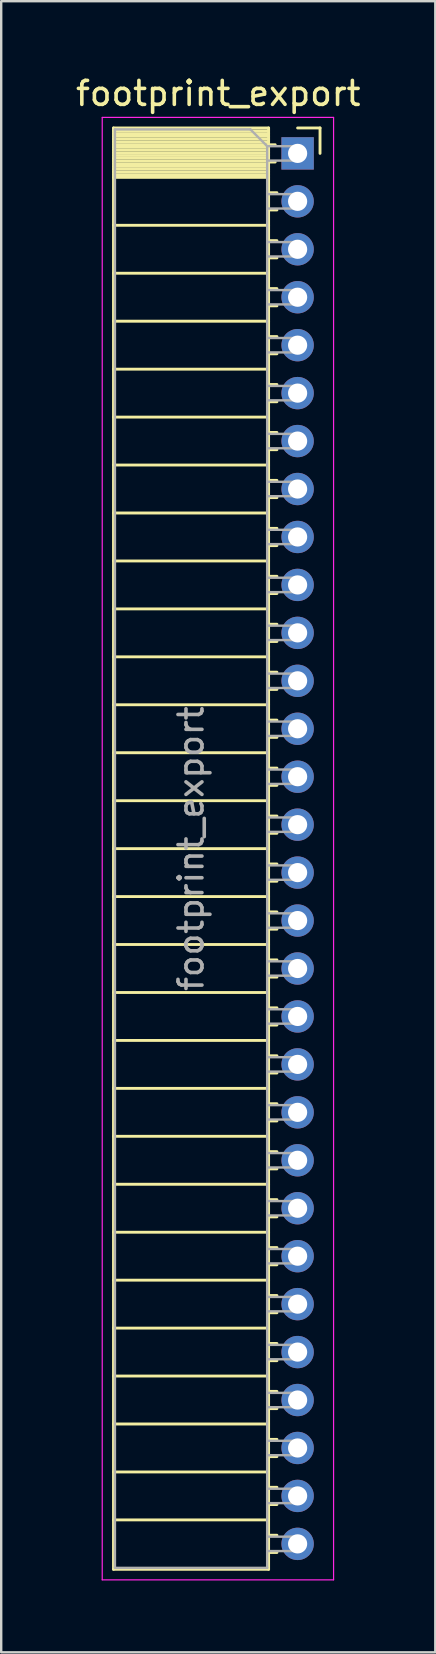
<source format=kicad_pcb>
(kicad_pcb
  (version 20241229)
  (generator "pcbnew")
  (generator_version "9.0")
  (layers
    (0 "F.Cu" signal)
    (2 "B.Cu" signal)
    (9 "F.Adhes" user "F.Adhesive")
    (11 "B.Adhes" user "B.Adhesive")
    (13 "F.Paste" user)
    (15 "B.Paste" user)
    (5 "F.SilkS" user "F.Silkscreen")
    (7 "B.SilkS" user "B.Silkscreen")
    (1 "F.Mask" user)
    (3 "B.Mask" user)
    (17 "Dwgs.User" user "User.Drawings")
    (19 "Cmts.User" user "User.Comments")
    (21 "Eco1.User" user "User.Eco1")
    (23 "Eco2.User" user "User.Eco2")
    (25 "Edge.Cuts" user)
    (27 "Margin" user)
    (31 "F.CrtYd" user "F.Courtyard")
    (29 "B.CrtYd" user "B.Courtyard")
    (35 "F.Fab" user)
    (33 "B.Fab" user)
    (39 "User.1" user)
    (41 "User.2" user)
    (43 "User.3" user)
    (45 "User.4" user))
  (footprint "footprint_export"
    (layer "F.Cu")
    (at 9.364 3.348)
    (property "Reference" "footprint_export" (at -3.31 -2.5 0) (layer "F.SilkS") (effects (font (size 1 1) (thickness 0.15))))
    (attr through_hole)
    (fp_line (start -7.68 -1.06) (end -7.68 59.06) (stroke (width 0.12) (type solid)) (layer "F.SilkS"))
    (fp_line (start -7.68 -1.06) (end -1.21 -1.06) (stroke (width 0.12) (type solid)) (layer "F.SilkS"))
    (fp_line (start -7.68 -0.94) (end -1.21 -0.94) (stroke (width 0.12) (type solid)) (layer "F.SilkS"))
    (fp_line (start -7.68 -0.826) (end -1.21 -0.826) (stroke (width 0.12) (type solid)) (layer "F.SilkS"))
    (fp_line (start -7.68 -0.712) (end -1.21 -0.712) (stroke (width 0.12) (type solid)) (layer "F.SilkS"))
    (fp_line (start -7.68 -0.598) (end -1.21 -0.598) (stroke (width 0.12) (type solid)) (layer "F.SilkS"))
    (fp_line (start -7.68 -0.484) (end -1.21 -0.484) (stroke (width 0.12) (type solid)) (layer "F.SilkS"))
    (fp_line (start -7.68 -0.369) (end -1.21 -0.369) (stroke (width 0.12) (type solid)) (layer "F.SilkS"))
    (fp_line (start -7.68 -0.255) (end -1.21 -0.255) (stroke (width 0.12) (type solid)) (layer "F.SilkS"))
    (fp_line (start -7.68 -0.141) (end -1.21 -0.141) (stroke (width 0.12) (type solid)) (layer "F.SilkS"))
    (fp_line (start -7.68 -0.027) (end -1.21 -0.027) (stroke (width 0.12) (type solid)) (layer "F.SilkS"))
    (fp_line (start -7.68 0.087) (end -1.21 0.087) (stroke (width 0.12) (type solid)) (layer "F.SilkS"))
    (fp_line (start -7.68 0.201) (end -1.21 0.201) (stroke (width 0.12) (type solid)) (layer "F.SilkS"))
    (fp_line (start -7.68 0.315) (end -1.21 0.315) (stroke (width 0.12) (type solid)) (layer "F.SilkS"))
    (fp_line (start -7.68 0.429) (end -1.21 0.429) (stroke (width 0.12) (type solid)) (layer "F.SilkS"))
    (fp_line (start -7.68 0.544) (end -1.21 0.544) (stroke (width 0.12) (type solid)) (layer "F.SilkS"))
    (fp_line (start -7.68 0.658) (end -1.21 0.658) (stroke (width 0.12) (type solid)) (layer "F.SilkS"))
    (fp_line (start -7.68 0.772) (end -1.21 0.772) (stroke (width 0.12) (type solid)) (layer "F.SilkS"))
    (fp_line (start -7.68 0.886) (end -1.21 0.886) (stroke (width 0.12) (type solid)) (layer "F.SilkS"))
    (fp_line (start -7.68 1) (end -1.21 1) (stroke (width 0.12) (type solid)) (layer "F.SilkS"))
    (fp_line (start -7.68 3) (end -1.21 3) (stroke (width 0.12) (type solid)) (layer "F.SilkS"))
    (fp_line (start -7.68 5) (end -1.21 5) (stroke (width 0.12) (type solid)) (layer "F.SilkS"))
    (fp_line (start -7.68 7) (end -1.21 7) (stroke (width 0.12) (type solid)) (layer "F.SilkS"))
    (fp_line (start -7.68 9) (end -1.21 9) (stroke (width 0.12) (type solid)) (layer "F.SilkS"))
    (fp_line (start -7.68 11) (end -1.21 11) (stroke (width 0.12) (type solid)) (layer "F.SilkS"))
    (fp_line (start -7.68 13) (end -1.21 13) (stroke (width 0.12) (type solid)) (layer "F.SilkS"))
    (fp_line (start -7.68 15) (end -1.21 15) (stroke (width 0.12) (type solid)) (layer "F.SilkS"))
    (fp_line (start -7.68 17) (end -1.21 17) (stroke (width 0.12) (type solid)) (layer "F.SilkS"))
    (fp_line (start -7.68 19) (end -1.21 19) (stroke (width 0.12) (type solid)) (layer "F.SilkS"))
    (fp_line (start -7.68 21) (end -1.21 21) (stroke (width 0.12) (type solid)) (layer "F.SilkS"))
    (fp_line (start -7.68 23) (end -1.21 23) (stroke (width 0.12) (type solid)) (layer "F.SilkS"))
    (fp_line (start -7.68 25) (end -1.21 25) (stroke (width 0.12) (type solid)) (layer "F.SilkS"))
    (fp_line (start -7.68 27) (end -1.21 27) (stroke (width 0.12) (type solid)) (layer "F.SilkS"))
    (fp_line (start -7.68 29) (end -1.21 29) (stroke (width 0.12) (type solid)) (layer "F.SilkS"))
    (fp_line (start -7.68 31) (end -1.21 31) (stroke (width 0.12) (type solid)) (layer "F.SilkS"))
    (fp_line (start -7.68 33) (end -1.21 33) (stroke (width 0.12) (type solid)) (layer "F.SilkS"))
    (fp_line (start -7.68 35) (end -1.21 35) (stroke (width 0.12) (type solid)) (layer "F.SilkS"))
    (fp_line (start -7.68 37) (end -1.21 37) (stroke (width 0.12) (type solid)) (layer "F.SilkS"))
    (fp_line (start -7.68 39) (end -1.21 39) (stroke (width 0.12) (type solid)) (layer "F.SilkS"))
    (fp_line (start -7.68 41) (end -1.21 41) (stroke (width 0.12) (type solid)) (layer "F.SilkS"))
    (fp_line (start -7.68 43) (end -1.21 43) (stroke (width 0.12) (type solid)) (layer "F.SilkS"))
    (fp_line (start -7.68 45) (end -1.21 45) (stroke (width 0.12) (type solid)) (layer "F.SilkS"))
    (fp_line (start -7.68 47) (end -1.21 47) (stroke (width 0.12) (type solid)) (layer "F.SilkS"))
    (fp_line (start -7.68 49) (end -1.21 49) (stroke (width 0.12) (type solid)) (layer "F.SilkS"))
    (fp_line (start -7.68 51) (end -1.21 51) (stroke (width 0.12) (type solid)) (layer "F.SilkS"))
    (fp_line (start -7.68 53) (end -1.21 53) (stroke (width 0.12) (type solid)) (layer "F.SilkS"))
    (fp_line (start -7.68 55) (end -1.21 55) (stroke (width 0.12) (type solid)) (layer "F.SilkS"))
    (fp_line (start -7.68 57) (end -1.21 57) (stroke (width 0.12) (type solid)) (layer "F.SilkS"))
    (fp_line (start -7.68 59.06) (end -1.21 59.06) (stroke (width 0.12) (type solid)) (layer "F.SilkS"))
    (fp_line (start -1.21 -1.06) (end -1.21 59.06) (stroke (width 0.12) (type solid)) (layer "F.SilkS"))
    (fp_line (start -1.21 -0.36) (end -0.935 -0.36) (stroke (width 0.12) (type solid)) (layer "F.SilkS"))
    (fp_line (start -1.21 0.36) (end -0.935 0.36) (stroke (width 0.12) (type solid)) (layer "F.SilkS"))
    (fp_line (start -1.21 1.64) (end -0.863 1.64) (stroke (width 0.12) (type solid)) (layer "F.SilkS"))
    (fp_line (start -1.21 2.36) (end -0.863 2.36) (stroke (width 0.12) (type solid)) (layer "F.SilkS"))
    (fp_line (start -1.21 3.64) (end -0.863 3.64) (stroke (width 0.12) (type solid)) (layer "F.SilkS"))
    (fp_line (start -1.21 4.36) (end -0.863 4.36) (stroke (width 0.12) (type solid)) (layer "F.SilkS"))
    (fp_line (start -1.21 5.64) (end -0.863 5.64) (stroke (width 0.12) (type solid)) (layer "F.SilkS"))
    (fp_line (start -1.21 6.36) (end -0.863 6.36) (stroke (width 0.12) (type solid)) (layer "F.SilkS"))
    (fp_line (start -1.21 7.64) (end -0.863 7.64) (stroke (width 0.12) (type solid)) (layer "F.SilkS"))
    (fp_line (start -1.21 8.36) (end -0.863 8.36) (stroke (width 0.12) (type solid)) (layer "F.SilkS"))
    (fp_line (start -1.21 9.64) (end -0.863 9.64) (stroke (width 0.12) (type solid)) (layer "F.SilkS"))
    (fp_line (start -1.21 10.36) (end -0.863 10.36) (stroke (width 0.12) (type solid)) (layer "F.SilkS"))
    (fp_line (start -1.21 11.64) (end -0.863 11.64) (stroke (width 0.12) (type solid)) (layer "F.SilkS"))
    (fp_line (start -1.21 12.36) (end -0.863 12.36) (stroke (width 0.12) (type solid)) (layer "F.SilkS"))
    (fp_line (start -1.21 13.64) (end -0.863 13.64) (stroke (width 0.12) (type solid)) (layer "F.SilkS"))
    (fp_line (start -1.21 14.36) (end -0.863 14.36) (stroke (width 0.12) (type solid)) (layer "F.SilkS"))
    (fp_line (start -1.21 15.64) (end -0.863 15.64) (stroke (width 0.12) (type solid)) (layer "F.SilkS"))
    (fp_line (start -1.21 16.36) (end -0.863 16.36) (stroke (width 0.12) (type solid)) (layer "F.SilkS"))
    (fp_line (start -1.21 17.64) (end -0.863 17.64) (stroke (width 0.12) (type solid)) (layer "F.SilkS"))
    (fp_line (start -1.21 18.36) (end -0.863 18.36) (stroke (width 0.12) (type solid)) (layer "F.SilkS"))
    (fp_line (start -1.21 19.64) (end -0.863 19.64) (stroke (width 0.12) (type solid)) (layer "F.SilkS"))
    (fp_line (start -1.21 20.36) (end -0.863 20.36) (stroke (width 0.12) (type solid)) (layer "F.SilkS"))
    (fp_line (start -1.21 21.64) (end -0.863 21.64) (stroke (width 0.12) (type solid)) (layer "F.SilkS"))
    (fp_line (start -1.21 22.36) (end -0.863 22.36) (stroke (width 0.12) (type solid)) (layer "F.SilkS"))
    (fp_line (start -1.21 23.64) (end -0.863 23.64) (stroke (width 0.12) (type solid)) (layer "F.SilkS"))
    (fp_line (start -1.21 24.36) (end -0.863 24.36) (stroke (width 0.12) (type solid)) (layer "F.SilkS"))
    (fp_line (start -1.21 25.64) (end -0.863 25.64) (stroke (width 0.12) (type solid)) (layer "F.SilkS"))
    (fp_line (start -1.21 26.36) (end -0.863 26.36) (stroke (width 0.12) (type solid)) (layer "F.SilkS"))
    (fp_line (start -1.21 27.64) (end -0.863 27.64) (stroke (width 0.12) (type solid)) (layer "F.SilkS"))
    (fp_line (start -1.21 28.36) (end -0.863 28.36) (stroke (width 0.12) (type solid)) (layer "F.SilkS"))
    (fp_line (start -1.21 29.64) (end -0.863 29.64) (stroke (width 0.12) (type solid)) (layer "F.SilkS"))
    (fp_line (start -1.21 30.36) (end -0.863 30.36) (stroke (width 0.12) (type solid)) (layer "F.SilkS"))
    (fp_line (start -1.21 31.64) (end -0.863 31.64) (stroke (width 0.12) (type solid)) (layer "F.SilkS"))
    (fp_line (start -1.21 32.36) (end -0.863 32.36) (stroke (width 0.12) (type solid)) (layer "F.SilkS"))
    (fp_line (start -1.21 33.64) (end -0.863 33.64) (stroke (width 0.12) (type solid)) (layer "F.SilkS"))
    (fp_line (start -1.21 34.36) (end -0.863 34.36) (stroke (width 0.12) (type solid)) (layer "F.SilkS"))
    (fp_line (start -1.21 35.64) (end -0.863 35.64) (stroke (width 0.12) (type solid)) (layer "F.SilkS"))
    (fp_line (start -1.21 36.36) (end -0.863 36.36) (stroke (width 0.12) (type solid)) (layer "F.SilkS"))
    (fp_line (start -1.21 37.64) (end -0.863 37.64) (stroke (width 0.12) (type solid)) (layer "F.SilkS"))
    (fp_line (start -1.21 38.36) (end -0.863 38.36) (stroke (width 0.12) (type solid)) (layer "F.SilkS"))
    (fp_line (start -1.21 39.64) (end -0.863 39.64) (stroke (width 0.12) (type solid)) (layer "F.SilkS"))
    (fp_line (start -1.21 40.36) (end -0.863 40.36) (stroke (width 0.12) (type solid)) (layer "F.SilkS"))
    (fp_line (start -1.21 41.64) (end -0.863 41.64) (stroke (width 0.12) (type solid)) (layer "F.SilkS"))
    (fp_line (start -1.21 42.36) (end -0.863 42.36) (stroke (width 0.12) (type solid)) (layer "F.SilkS"))
    (fp_line (start -1.21 43.64) (end -0.863 43.64) (stroke (width 0.12) (type solid)) (layer "F.SilkS"))
    (fp_line (start -1.21 44.36) (end -0.863 44.36) (stroke (width 0.12) (type solid)) (layer "F.SilkS"))
    (fp_line (start -1.21 45.64) (end -0.863 45.64) (stroke (width 0.12) (type solid)) (layer "F.SilkS"))
    (fp_line (start -1.21 46.36) (end -0.863 46.36) (stroke (width 0.12) (type solid)) (layer "F.SilkS"))
    (fp_line (start -1.21 47.64) (end -0.863 47.64) (stroke (width 0.12) (type solid)) (layer "F.SilkS"))
    (fp_line (start -1.21 48.36) (end -0.863 48.36) (stroke (width 0.12) (type solid)) (layer "F.SilkS"))
    (fp_line (start -1.21 49.64) (end -0.863 49.64) (stroke (width 0.12) (type solid)) (layer "F.SilkS"))
    (fp_line (start -1.21 50.36) (end -0.863 50.36) (stroke (width 0.12) (type solid)) (layer "F.SilkS"))
    (fp_line (start -1.21 51.64) (end -0.863 51.64) (stroke (width 0.12) (type solid)) (layer "F.SilkS"))
    (fp_line (start -1.21 52.36) (end -0.863 52.36) (stroke (width 0.12) (type solid)) (layer "F.SilkS"))
    (fp_line (start -1.21 53.64) (end -0.863 53.64) (stroke (width 0.12) (type solid)) (layer "F.SilkS"))
    (fp_line (start -1.21 54.36) (end -0.863 54.36) (stroke (width 0.12) (type solid)) (layer "F.SilkS"))
    (fp_line (start -1.21 55.64) (end -0.863 55.64) (stroke (width 0.12) (type solid)) (layer "F.SilkS"))
    (fp_line (start -1.21 56.36) (end -0.863 56.36) (stroke (width 0.12) (type solid)) (layer "F.SilkS"))
    (fp_line (start -1.21 57.64) (end -0.863 57.64) (stroke (width 0.12) (type solid)) (layer "F.SilkS"))
    (fp_line (start -1.21 58.36) (end -0.863 58.36) (stroke (width 0.12) (type solid)) (layer "F.SilkS"))
    (fp_line (start 0 -1.06) (end 0.935 -1.06) (stroke (width 0.12) (type solid)) (layer "F.SilkS"))
    (fp_line (start 0.935 -1.06) (end 0.935 0) (stroke (width 0.12) (type solid)) (layer "F.SilkS"))
    (fp_line (start -8.15 -1.5) (end -8.15 59.5) (stroke (width 0.05) (type solid)) (layer "F.CrtYd"))
    (fp_line (start -8.15 59.5) (end 1.5 59.5) (stroke (width 0.05) (type solid)) (layer "F.CrtYd"))
    (fp_line (start 1.5 -1.5) (end -8.15 -1.5) (stroke (width 0.05) (type solid)) (layer "F.CrtYd"))
    (fp_line (start 1.5 59.5) (end 1.5 -1.5) (stroke (width 0.05) (type solid)) (layer "F.CrtYd"))
    (fp_line (start -7.62 -1) (end -1.97 -1) (stroke (width 0.1) (type solid)) (layer "F.Fab"))
    (fp_line (start -7.62 59) (end -7.62 -1) (stroke (width 0.1) (type solid)) (layer "F.Fab"))
    (fp_line (start -1.97 -1) (end -1.27 -0.3) (stroke (width 0.1) (type solid)) (layer "F.Fab"))
    (fp_line (start -1.27 -0.3) (end -1.27 59) (stroke (width 0.1) (type solid)) (layer "F.Fab"))
    (fp_line (start -1.27 0.3) (end 0 0.3) (stroke (width 0.1) (type solid)) (layer "F.Fab"))
    (fp_line (start -1.27 2.3) (end 0 2.3) (stroke (width 0.1) (type solid)) (layer "F.Fab"))
    (fp_line (start -1.27 4.3) (end 0 4.3) (stroke (width 0.1) (type solid)) (layer "F.Fab"))
    (fp_line (start -1.27 6.3) (end 0 6.3) (stroke (width 0.1) (type solid)) (layer "F.Fab"))
    (fp_line (start -1.27 8.3) (end 0 8.3) (stroke (width 0.1) (type solid)) (layer "F.Fab"))
    (fp_line (start -1.27 10.3) (end 0 10.3) (stroke (width 0.1) (type solid)) (layer "F.Fab"))
    (fp_line (start -1.27 12.3) (end 0 12.3) (stroke (width 0.1) (type solid)) (layer "F.Fab"))
    (fp_line (start -1.27 14.3) (end 0 14.3) (stroke (width 0.1) (type solid)) (layer "F.Fab"))
    (fp_line (start -1.27 16.3) (end 0 16.3) (stroke (width 0.1) (type solid)) (layer "F.Fab"))
    (fp_line (start -1.27 18.3) (end 0 18.3) (stroke (width 0.1) (type solid)) (layer "F.Fab"))
    (fp_line (start -1.27 20.3) (end 0 20.3) (stroke (width 0.1) (type solid)) (layer "F.Fab"))
    (fp_line (start -1.27 22.3) (end 0 22.3) (stroke (width 0.1) (type solid)) (layer "F.Fab"))
    (fp_line (start -1.27 24.3) (end 0 24.3) (stroke (width 0.1) (type solid)) (layer "F.Fab"))
    (fp_line (start -1.27 26.3) (end 0 26.3) (stroke (width 0.1) (type solid)) (layer "F.Fab"))
    (fp_line (start -1.27 28.3) (end 0 28.3) (stroke (width 0.1) (type solid)) (layer "F.Fab"))
    (fp_line (start -1.27 30.3) (end 0 30.3) (stroke (width 0.1) (type solid)) (layer "F.Fab"))
    (fp_line (start -1.27 32.3) (end 0 32.3) (stroke (width 0.1) (type solid)) (layer "F.Fab"))
    (fp_line (start -1.27 34.3) (end 0 34.3) (stroke (width 0.1) (type solid)) (layer "F.Fab"))
    (fp_line (start -1.27 36.3) (end 0 36.3) (stroke (width 0.1) (type solid)) (layer "F.Fab"))
    (fp_line (start -1.27 38.3) (end 0 38.3) (stroke (width 0.1) (type solid)) (layer "F.Fab"))
    (fp_line (start -1.27 40.3) (end 0 40.3) (stroke (width 0.1) (type solid)) (layer "F.Fab"))
    (fp_line (start -1.27 42.3) (end 0 42.3) (stroke (width 0.1) (type solid)) (layer "F.Fab"))
    (fp_line (start -1.27 44.3) (end 0 44.3) (stroke (width 0.1) (type solid)) (layer "F.Fab"))
    (fp_line (start -1.27 46.3) (end 0 46.3) (stroke (width 0.1) (type solid)) (layer "F.Fab"))
    (fp_line (start -1.27 48.3) (end 0 48.3) (stroke (width 0.1) (type solid)) (layer "F.Fab"))
    (fp_line (start -1.27 50.3) (end 0 50.3) (stroke (width 0.1) (type solid)) (layer "F.Fab"))
    (fp_line (start -1.27 52.3) (end 0 52.3) (stroke (width 0.1) (type solid)) (layer "F.Fab"))
    (fp_line (start -1.27 54.3) (end 0 54.3) (stroke (width 0.1) (type solid)) (layer "F.Fab"))
    (fp_line (start -1.27 56.3) (end 0 56.3) (stroke (width 0.1) (type solid)) (layer "F.Fab"))
    (fp_line (start -1.27 58.3) (end 0 58.3) (stroke (width 0.1) (type solid)) (layer "F.Fab"))
    (fp_line (start -1.27 59) (end -7.62 59) (stroke (width 0.1) (type solid)) (layer "F.Fab"))
    (fp_line (start 0 -0.3) (end -1.27 -0.3) (stroke (width 0.1) (type solid)) (layer "F.Fab"))
    (fp_line (start 0 0.3) (end 0 -0.3) (stroke (width 0.1) (type solid)) (layer "F.Fab"))
    (fp_line (start 0 1.7) (end -1.27 1.7) (stroke (width 0.1) (type solid)) (layer "F.Fab"))
    (fp_line (start 0 2.3) (end 0 1.7) (stroke (width 0.1) (type solid)) (layer "F.Fab"))
    (fp_line (start 0 3.7) (end -1.27 3.7) (stroke (width 0.1) (type solid)) (layer "F.Fab"))
    (fp_line (start 0 4.3) (end 0 3.7) (stroke (width 0.1) (type solid)) (layer "F.Fab"))
    (fp_line (start 0 5.7) (end -1.27 5.7) (stroke (width 0.1) (type solid)) (layer "F.Fab"))
    (fp_line (start 0 6.3) (end 0 5.7) (stroke (width 0.1) (type solid)) (layer "F.Fab"))
    (fp_line (start 0 7.7) (end -1.27 7.7) (stroke (width 0.1) (type solid)) (layer "F.Fab"))
    (fp_line (start 0 8.3) (end 0 7.7) (stroke (width 0.1) (type solid)) (layer "F.Fab"))
    (fp_line (start 0 9.7) (end -1.27 9.7) (stroke (width 0.1) (type solid)) (layer "F.Fab"))
    (fp_line (start 0 10.3) (end 0 9.7) (stroke (width 0.1) (type solid)) (layer "F.Fab"))
    (fp_line (start 0 11.7) (end -1.27 11.7) (stroke (width 0.1) (type solid)) (layer "F.Fab"))
    (fp_line (start 0 12.3) (end 0 11.7) (stroke (width 0.1) (type solid)) (layer "F.Fab"))
    (fp_line (start 0 13.7) (end -1.27 13.7) (stroke (width 0.1) (type solid)) (layer "F.Fab"))
    (fp_line (start 0 14.3) (end 0 13.7) (stroke (width 0.1) (type solid)) (layer "F.Fab"))
    (fp_line (start 0 15.7) (end -1.27 15.7) (stroke (width 0.1) (type solid)) (layer "F.Fab"))
    (fp_line (start 0 16.3) (end 0 15.7) (stroke (width 0.1) (type solid)) (layer "F.Fab"))
    (fp_line (start 0 17.7) (end -1.27 17.7) (stroke (width 0.1) (type solid)) (layer "F.Fab"))
    (fp_line (start 0 18.3) (end 0 17.7) (stroke (width 0.1) (type solid)) (layer "F.Fab"))
    (fp_line (start 0 19.7) (end -1.27 19.7) (stroke (width 0.1) (type solid)) (layer "F.Fab"))
    (fp_line (start 0 20.3) (end 0 19.7) (stroke (width 0.1) (type solid)) (layer "F.Fab"))
    (fp_line (start 0 21.7) (end -1.27 21.7) (stroke (width 0.1) (type solid)) (layer "F.Fab"))
    (fp_line (start 0 22.3) (end 0 21.7) (stroke (width 0.1) (type solid)) (layer "F.Fab"))
    (fp_line (start 0 23.7) (end -1.27 23.7) (stroke (width 0.1) (type solid)) (layer "F.Fab"))
    (fp_line (start 0 24.3) (end 0 23.7) (stroke (width 0.1) (type solid)) (layer "F.Fab"))
    (fp_line (start 0 25.7) (end -1.27 25.7) (stroke (width 0.1) (type solid)) (layer "F.Fab"))
    (fp_line (start 0 26.3) (end 0 25.7) (stroke (width 0.1) (type solid)) (layer "F.Fab"))
    (fp_line (start 0 27.7) (end -1.27 27.7) (stroke (width 0.1) (type solid)) (layer "F.Fab"))
    (fp_line (start 0 28.3) (end 0 27.7) (stroke (width 0.1) (type solid)) (layer "F.Fab"))
    (fp_line (start 0 29.7) (end -1.27 29.7) (stroke (width 0.1) (type solid)) (layer "F.Fab"))
    (fp_line (start 0 30.3) (end 0 29.7) (stroke (width 0.1) (type solid)) (layer "F.Fab"))
    (fp_line (start 0 31.7) (end -1.27 31.7) (stroke (width 0.1) (type solid)) (layer "F.Fab"))
    (fp_line (start 0 32.3) (end 0 31.7) (stroke (width 0.1) (type solid)) (layer "F.Fab"))
    (fp_line (start 0 33.7) (end -1.27 33.7) (stroke (width 0.1) (type solid)) (layer "F.Fab"))
    (fp_line (start 0 34.3) (end 0 33.7) (stroke (width 0.1) (type solid)) (layer "F.Fab"))
    (fp_line (start 0 35.7) (end -1.27 35.7) (stroke (width 0.1) (type solid)) (layer "F.Fab"))
    (fp_line (start 0 36.3) (end 0 35.7) (stroke (width 0.1) (type solid)) (layer "F.Fab"))
    (fp_line (start 0 37.7) (end -1.27 37.7) (stroke (width 0.1) (type solid)) (layer "F.Fab"))
    (fp_line (start 0 38.3) (end 0 37.7) (stroke (width 0.1) (type solid)) (layer "F.Fab"))
    (fp_line (start 0 39.7) (end -1.27 39.7) (stroke (width 0.1) (type solid)) (layer "F.Fab"))
    (fp_line (start 0 40.3) (end 0 39.7) (stroke (width 0.1) (type solid)) (layer "F.Fab"))
    (fp_line (start 0 41.7) (end -1.27 41.7) (stroke (width 0.1) (type solid)) (layer "F.Fab"))
    (fp_line (start 0 42.3) (end 0 41.7) (stroke (width 0.1) (type solid)) (layer "F.Fab"))
    (fp_line (start 0 43.7) (end -1.27 43.7) (stroke (width 0.1) (type solid)) (layer "F.Fab"))
    (fp_line (start 0 44.3) (end 0 43.7) (stroke (width 0.1) (type solid)) (layer "F.Fab"))
    (fp_line (start 0 45.7) (end -1.27 45.7) (stroke (width 0.1) (type solid)) (layer "F.Fab"))
    (fp_line (start 0 46.3) (end 0 45.7) (stroke (width 0.1) (type solid)) (layer "F.Fab"))
    (fp_line (start 0 47.7) (end -1.27 47.7) (stroke (width 0.1) (type solid)) (layer "F.Fab"))
    (fp_line (start 0 48.3) (end 0 47.7) (stroke (width 0.1) (type solid)) (layer "F.Fab"))
    (fp_line (start 0 49.7) (end -1.27 49.7) (stroke (width 0.1) (type solid)) (layer "F.Fab"))
    (fp_line (start 0 50.3) (end 0 49.7) (stroke (width 0.1) (type solid)) (layer "F.Fab"))
    (fp_line (start 0 51.7) (end -1.27 51.7) (stroke (width 0.1) (type solid)) (layer "F.Fab"))
    (fp_line (start 0 52.3) (end 0 51.7) (stroke (width 0.1) (type solid)) (layer "F.Fab"))
    (fp_line (start 0 53.7) (end -1.27 53.7) (stroke (width 0.1) (type solid)) (layer "F.Fab"))
    (fp_line (start 0 54.3) (end 0 53.7) (stroke (width 0.1) (type solid)) (layer "F.Fab"))
    (fp_line (start 0 55.7) (end -1.27 55.7) (stroke (width 0.1) (type solid)) (layer "F.Fab"))
    (fp_line (start 0 56.3) (end 0 55.7) (stroke (width 0.1) (type solid)) (layer "F.Fab"))
    (fp_line (start 0 57.7) (end -1.27 57.7) (stroke (width 0.1) (type solid)) (layer "F.Fab"))
    (fp_line (start 0 58.3) (end 0 57.7) (stroke (width 0.1) (type solid)) (layer "F.Fab"))
    (fp_text user "${REFERENCE}" (at -4.445 29 90) (layer "F.Fab") (effects (font (size 1 1) (thickness 0.15))))
    (pad "1" thru_hole rect (at 0 0) (size 1.35 1.35) (drill 0.8) (layers "*.Cu" "*.Mask"))
    (pad "2" thru_hole oval (at 0 2) (size 1.35 1.35) (drill 0.8) (layers "*.Cu" "*.Mask"))
    (pad "3" thru_hole oval (at 0 4) (size 1.35 1.35) (drill 0.8) (layers "*.Cu" "*.Mask"))
    (pad "4" thru_hole oval (at 0 6) (size 1.35 1.35) (drill 0.8) (layers "*.Cu" "*.Mask"))
    (pad "5" thru_hole oval (at 0 8) (size 1.35 1.35) (drill 0.8) (layers "*.Cu" "*.Mask"))
    (pad "6" thru_hole oval (at 0 10) (size 1.35 1.35) (drill 0.8) (layers "*.Cu" "*.Mask"))
    (pad "7" thru_hole oval (at 0 12) (size 1.35 1.35) (drill 0.8) (layers "*.Cu" "*.Mask"))
    (pad "8" thru_hole oval (at 0 14) (size 1.35 1.35) (drill 0.8) (layers "*.Cu" "*.Mask"))
    (pad "9" thru_hole oval (at 0 16) (size 1.35 1.35) (drill 0.8) (layers "*.Cu" "*.Mask"))
    (pad "10" thru_hole oval (at 0 18) (size 1.35 1.35) (drill 0.8) (layers "*.Cu" "*.Mask"))
    (pad "11" thru_hole oval (at 0 20) (size 1.35 1.35) (drill 0.8) (layers "*.Cu" "*.Mask"))
    (pad "12" thru_hole oval (at 0 22) (size 1.35 1.35) (drill 0.8) (layers "*.Cu" "*.Mask"))
    (pad "13" thru_hole oval (at 0 24) (size 1.35 1.35) (drill 0.8) (layers "*.Cu" "*.Mask"))
    (pad "14" thru_hole oval (at 0 26) (size 1.35 1.35) (drill 0.8) (layers "*.Cu" "*.Mask"))
    (pad "15" thru_hole oval (at 0 28) (size 1.35 1.35) (drill 0.8) (layers "*.Cu" "*.Mask"))
    (pad "16" thru_hole oval (at 0 30) (size 1.35 1.35) (drill 0.8) (layers "*.Cu" "*.Mask"))
    (pad "17" thru_hole oval (at 0 32) (size 1.35 1.35) (drill 0.8) (layers "*.Cu" "*.Mask"))
    (pad "18" thru_hole oval (at 0 34) (size 1.35 1.35) (drill 0.8) (layers "*.Cu" "*.Mask"))
    (pad "19" thru_hole oval (at 0 36) (size 1.35 1.35) (drill 0.8) (layers "*.Cu" "*.Mask"))
    (pad "20" thru_hole oval (at 0 38) (size 1.35 1.35) (drill 0.8) (layers "*.Cu" "*.Mask"))
    (pad "21" thru_hole oval (at 0 40) (size 1.35 1.35) (drill 0.8) (layers "*.Cu" "*.Mask"))
    (pad "22" thru_hole oval (at 0 42) (size 1.35 1.35) (drill 0.8) (layers "*.Cu" "*.Mask"))
    (pad "23" thru_hole oval (at 0 44) (size 1.35 1.35) (drill 0.8) (layers "*.Cu" "*.Mask"))
    (pad "24" thru_hole oval (at 0 46) (size 1.35 1.35) (drill 0.8) (layers "*.Cu" "*.Mask"))
    (pad "25" thru_hole oval (at 0 48) (size 1.35 1.35) (drill 0.8) (layers "*.Cu" "*.Mask"))
    (pad "26" thru_hole oval (at 0 50) (size 1.35 1.35) (drill 0.8) (layers "*.Cu" "*.Mask"))
    (pad "27" thru_hole oval (at 0 52) (size 1.35 1.35) (drill 0.8) (layers "*.Cu" "*.Mask"))
    (pad "28" thru_hole oval (at 0 54) (size 1.35 1.35) (drill 0.8) (layers "*.Cu" "*.Mask"))
    (pad "29" thru_hole oval (at 0 56) (size 1.35 1.35) (drill 0.8) (layers "*.Cu" "*.Mask"))
    (pad "30" thru_hole oval (at 0 58) (size 1.35 1.35) (drill 0.8) (layers "*.Cu" "*.Mask")))
  (gr_rect
    (start -3 -3)
    (end 15.107 65.873)
    (stroke (width 0.1) (type default))
    (fill no)
    (layer "Edge.Cuts")))
</source>
